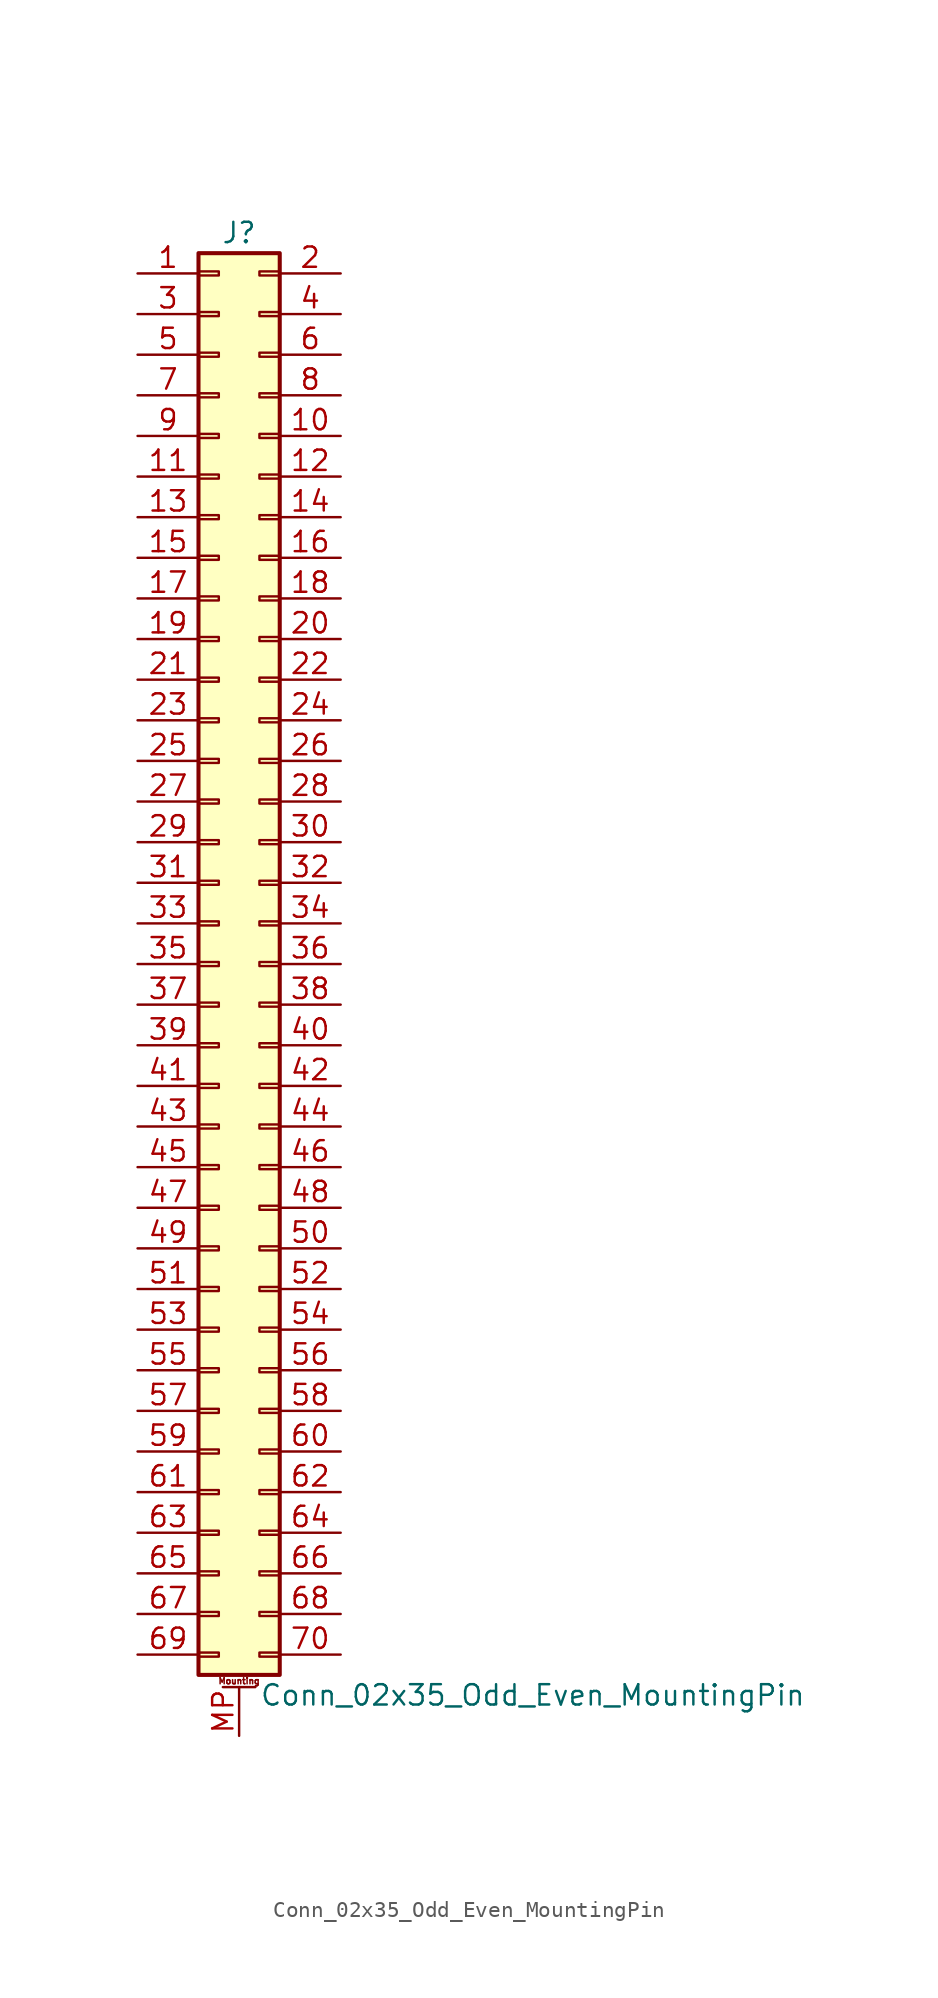
<source format=kicad_sym>
(kicad_symbol_lib
  (version 20201005)
  (generator kicad_symbol_editor)
  (symbol "Connector_Generic_MountingPin:Conn_02x35_Odd_Even_MountingPin"
    (pin_names
      (offset 1.016) hide)
    (property "Reference" "J"
      (at 1.27 45.72 0)
      (effects (font (size 1.27 1.27))))
    (property "Value" "Conn_02x35_Odd_Even_MountingPin"
      (at 2.54 -45.72 0)
      (effects (font (size 1.27 1.27)) (justify left)))
    (symbol "Conn_02x35_Odd_Even_MountingPin_1_1"
      (text "Mounting" (at 1.27 -44.831 0) (effects (font (size 0.381 0.381))))
      (rectangle (start -1.27 -27.813) (end 0 -28.067) (stroke (width 0.152)) (fill (type none)))
      (rectangle (start -1.27 -30.353) (end 0 -30.607) (stroke (width 0.152)) (fill (type none)))
      (rectangle (start -1.27 -32.893) (end 0 -33.147) (stroke (width 0.152)) (fill (type none)))
      (rectangle (start -1.27 -35.433) (end 0 -35.687) (stroke (width 0.152)) (fill (type none)))
      (rectangle (start -1.27 -37.973) (end 0 -38.227) (stroke (width 0.152)) (fill (type none)))
      (rectangle (start -1.27 -40.513) (end 0 -40.767) (stroke (width 0.152)) (fill (type none)))
      (rectangle (start -1.27 -43.053) (end 0 -43.307) (stroke (width 0.152)) (fill (type none)))
      (rectangle (start -1.27 -4.953) (end 0 -5.207) (stroke (width 0.152)) (fill (type none)))
      (rectangle (start -1.27 -7.493) (end 0 -7.747) (stroke (width 0.152)) (fill (type none)))
      (rectangle (start -1.27 -10.033) (end 0 -10.287) (stroke (width 0.152)) (fill (type none)))
      (rectangle (start -1.27 -12.573) (end 0 -12.827) (stroke (width 0.152)) (fill (type none)))
      (rectangle (start -1.27 -15.113) (end 0 -15.367) (stroke (width 0.152)) (fill (type none)))
      (rectangle (start -1.27 -17.653) (end 0 -17.907) (stroke (width 0.152)) (fill (type none)))
      (rectangle (start -1.27 -20.193) (end 0 -20.447) (stroke (width 0.152)) (fill (type none)))
      (rectangle (start -1.27 -22.733) (end 0 -22.987) (stroke (width 0.152)) (fill (type none)))
      (rectangle (start -1.27 -2.413) (end 0 -2.667) (stroke (width 0.152)) (fill (type none)))
      (rectangle (start -1.27 -25.273) (end 0 -25.527) (stroke (width 0.152)) (fill (type none)))
      (rectangle (start -1.27 25.527) (end 0 25.273) (stroke (width 0.152)) (fill (type none)))
      (rectangle (start -1.27 2.667) (end 0 2.413) (stroke (width 0.152)) (fill (type none)))
      (rectangle (start -1.27 28.067) (end 0 27.813) (stroke (width 0.152)) (fill (type none)))
      (rectangle (start -1.27 30.607) (end 0 30.353) (stroke (width 0.152)) (fill (type none)))
      (rectangle (start -1.27 33.147) (end 0 32.893) (stroke (width 0.152)) (fill (type none)))
      (rectangle (start -1.27 35.687) (end 0 35.433) (stroke (width 0.152)) (fill (type none)))
      (rectangle (start -1.27 38.227) (end 0 37.973) (stroke (width 0.152)) (fill (type none)))
      (rectangle (start -1.27 40.767) (end 0 40.513) (stroke (width 0.152)) (fill (type none)))
      (rectangle (start -1.27 43.307) (end 0 43.053) (stroke (width 0.152)) (fill (type none)))
      (rectangle (start -1.27 44.45) (end 3.81 -44.45) (stroke (width 0.254)) (fill (type background)))
      (rectangle (start -1.27 5.207) (end 0 4.953) (stroke (width 0.152)) (fill (type none)))
      (rectangle (start -1.27 7.747) (end 0 7.493) (stroke (width 0.152)) (fill (type none)))
      (rectangle (start -1.27 10.287) (end 0 10.033) (stroke (width 0.152)) (fill (type none)))
      (rectangle (start -1.27 0.127) (end 0 -0.127) (stroke (width 0.152)) (fill (type none)))
      (rectangle (start -1.27 12.827) (end 0 12.573) (stroke (width 0.152)) (fill (type none)))
      (rectangle (start -1.27 15.367) (end 0 15.113) (stroke (width 0.152)) (fill (type none)))
      (rectangle (start -1.27 17.907) (end 0 17.653) (stroke (width 0.152)) (fill (type none)))
      (rectangle (start -1.27 20.447) (end 0 20.193) (stroke (width 0.152)) (fill (type none)))
      (rectangle (start -1.27 22.987) (end 0 22.733) (stroke (width 0.152)) (fill (type none)))
      (rectangle (start 3.81 -27.813) (end 2.54 -28.067) (stroke (width 0.152)) (fill (type none)))
      (rectangle (start 3.81 -30.353) (end 2.54 -30.607) (stroke (width 0.152)) (fill (type none)))
      (rectangle (start 3.81 -32.893) (end 2.54 -33.147) (stroke (width 0.152)) (fill (type none)))
      (rectangle (start 3.81 -35.433) (end 2.54 -35.687) (stroke (width 0.152)) (fill (type none)))
      (rectangle (start 3.81 -37.973) (end 2.54 -38.227) (stroke (width 0.152)) (fill (type none)))
      (rectangle (start 3.81 -40.513) (end 2.54 -40.767) (stroke (width 0.152)) (fill (type none)))
      (rectangle (start 3.81 -43.053) (end 2.54 -43.307) (stroke (width 0.152)) (fill (type none)))
      (rectangle (start 3.81 -4.953) (end 2.54 -5.207) (stroke (width 0.152)) (fill (type none)))
      (rectangle (start 3.81 -7.493) (end 2.54 -7.747) (stroke (width 0.152)) (fill (type none)))
      (rectangle (start 3.81 -10.033) (end 2.54 -10.287) (stroke (width 0.152)) (fill (type none)))
      (rectangle (start 3.81 -12.573) (end 2.54 -12.827) (stroke (width 0.152)) (fill (type none)))
      (rectangle (start 3.81 -15.113) (end 2.54 -15.367) (stroke (width 0.152)) (fill (type none)))
      (rectangle (start 3.81 -17.653) (end 2.54 -17.907) (stroke (width 0.152)) (fill (type none)))
      (rectangle (start 3.81 -20.193) (end 2.54 -20.447) (stroke (width 0.152)) (fill (type none)))
      (rectangle (start 3.81 -22.733) (end 2.54 -22.987) (stroke (width 0.152)) (fill (type none)))
      (rectangle (start 3.81 -2.413) (end 2.54 -2.667) (stroke (width 0.152)) (fill (type none)))
      (rectangle (start 3.81 -25.273) (end 2.54 -25.527) (stroke (width 0.152)) (fill (type none)))
      (rectangle (start 3.81 25.527) (end 2.54 25.273) (stroke (width 0.152)) (fill (type none)))
      (rectangle (start 3.81 2.667) (end 2.54 2.413) (stroke (width 0.152)) (fill (type none)))
      (rectangle (start 3.81 28.067) (end 2.54 27.813) (stroke (width 0.152)) (fill (type none)))
      (rectangle (start 3.81 30.607) (end 2.54 30.353) (stroke (width 0.152)) (fill (type none)))
      (rectangle (start 3.81 33.147) (end 2.54 32.893) (stroke (width 0.152)) (fill (type none)))
      (rectangle (start 3.81 35.687) (end 2.54 35.433) (stroke (width 0.152)) (fill (type none)))
      (rectangle (start 3.81 38.227) (end 2.54 37.973) (stroke (width 0.152)) (fill (type none)))
      (rectangle (start 3.81 40.767) (end 2.54 40.513) (stroke (width 0.152)) (fill (type none)))
      (rectangle (start 3.81 43.307) (end 2.54 43.053) (stroke (width 0.152)) (fill (type none)))
      (rectangle (start 3.81 5.207) (end 2.54 4.953) (stroke (width 0.152)) (fill (type none)))
      (rectangle (start 3.81 7.747) (end 2.54 7.493) (stroke (width 0.152)) (fill (type none)))
      (rectangle (start 3.81 10.287) (end 2.54 10.033) (stroke (width 0.152)) (fill (type none)))
      (rectangle (start 3.81 0.127) (end 2.54 -0.127) (stroke (width 0.152)) (fill (type none)))
      (rectangle (start 3.81 12.827) (end 2.54 12.573) (stroke (width 0.152)) (fill (type none)))
      (rectangle (start 3.81 15.367) (end 2.54 15.113) (stroke (width 0.152)) (fill (type none)))
      (rectangle (start 3.81 17.907) (end 2.54 17.653) (stroke (width 0.152)) (fill (type none)))
      (rectangle (start 3.81 20.447) (end 2.54 20.193) (stroke (width 0.152)) (fill (type none)))
      (rectangle (start 3.81 22.987) (end 2.54 22.733) (stroke (width 0.152)) (fill (type none)))
      (polyline (pts (xy 0.254 -45.212) (xy 2.286 -45.212)) (stroke (width 0.152)) (fill (type none)))
      (pin passive line (at 1.27 -48.26 90) (length 3.048) (name "MountPin" (effects (font (size 1.27 1.27)))) (number "MP" (effects (font (size 1.27 1.27)))))
      (pin passive line (at -5.08 43.18 0) (length 3.81) (name "Pin_1" (effects (font (size 1.27 1.27)))) (number "1" (effects (font (size 1.27 1.27)))))
      (pin passive line (at 7.62 33.02 180) (length 3.81) (name "Pin_10" (effects (font (size 1.27 1.27)))) (number "10" (effects (font (size 1.27 1.27)))))
      (pin passive line (at -5.08 30.48 0) (length 3.81) (name "Pin_11" (effects (font (size 1.27 1.27)))) (number "11" (effects (font (size 1.27 1.27)))))
      (pin passive line (at 7.62 30.48 180) (length 3.81) (name "Pin_12" (effects (font (size 1.27 1.27)))) (number "12" (effects (font (size 1.27 1.27)))))
      (pin passive line (at -5.08 27.94 0) (length 3.81) (name "Pin_13" (effects (font (size 1.27 1.27)))) (number "13" (effects (font (size 1.27 1.27)))))
      (pin passive line (at 7.62 27.94 180) (length 3.81) (name "Pin_14" (effects (font (size 1.27 1.27)))) (number "14" (effects (font (size 1.27 1.27)))))
      (pin passive line (at -5.08 25.4 0) (length 3.81) (name "Pin_15" (effects (font (size 1.27 1.27)))) (number "15" (effects (font (size 1.27 1.27)))))
      (pin passive line (at 7.62 25.4 180) (length 3.81) (name "Pin_16" (effects (font (size 1.27 1.27)))) (number "16" (effects (font (size 1.27 1.27)))))
      (pin passive line (at -5.08 22.86 0) (length 3.81) (name "Pin_17" (effects (font (size 1.27 1.27)))) (number "17" (effects (font (size 1.27 1.27)))))
      (pin passive line (at 7.62 22.86 180) (length 3.81) (name "Pin_18" (effects (font (size 1.27 1.27)))) (number "18" (effects (font (size 1.27 1.27)))))
      (pin passive line (at -5.08 20.32 0) (length 3.81) (name "Pin_19" (effects (font (size 1.27 1.27)))) (number "19" (effects (font (size 1.27 1.27)))))
      (pin passive line (at 7.62 43.18 180) (length 3.81) (name "Pin_2" (effects (font (size 1.27 1.27)))) (number "2" (effects (font (size 1.27 1.27)))))
      (pin passive line (at 7.62 20.32 180) (length 3.81) (name "Pin_20" (effects (font (size 1.27 1.27)))) (number "20" (effects (font (size 1.27 1.27)))))
      (pin passive line (at -5.08 17.78 0) (length 3.81) (name "Pin_21" (effects (font (size 1.27 1.27)))) (number "21" (effects (font (size 1.27 1.27)))))
      (pin passive line (at 7.62 17.78 180) (length 3.81) (name "Pin_22" (effects (font (size 1.27 1.27)))) (number "22" (effects (font (size 1.27 1.27)))))
      (pin passive line (at -5.08 15.24 0) (length 3.81) (name "Pin_23" (effects (font (size 1.27 1.27)))) (number "23" (effects (font (size 1.27 1.27)))))
      (pin passive line (at 7.62 15.24 180) (length 3.81) (name "Pin_24" (effects (font (size 1.27 1.27)))) (number "24" (effects (font (size 1.27 1.27)))))
      (pin passive line (at -5.08 12.7 0) (length 3.81) (name "Pin_25" (effects (font (size 1.27 1.27)))) (number "25" (effects (font (size 1.27 1.27)))))
      (pin passive line (at 7.62 12.7 180) (length 3.81) (name "Pin_26" (effects (font (size 1.27 1.27)))) (number "26" (effects (font (size 1.27 1.27)))))
      (pin passive line (at -5.08 10.16 0) (length 3.81) (name "Pin_27" (effects (font (size 1.27 1.27)))) (number "27" (effects (font (size 1.27 1.27)))))
      (pin passive line (at 7.62 10.16 180) (length 3.81) (name "Pin_28" (effects (font (size 1.27 1.27)))) (number "28" (effects (font (size 1.27 1.27)))))
      (pin passive line (at -5.08 7.62 0) (length 3.81) (name "Pin_29" (effects (font (size 1.27 1.27)))) (number "29" (effects (font (size 1.27 1.27)))))
      (pin passive line (at -5.08 40.64 0) (length 3.81) (name "Pin_3" (effects (font (size 1.27 1.27)))) (number "3" (effects (font (size 1.27 1.27)))))
      (pin passive line (at 7.62 7.62 180) (length 3.81) (name "Pin_30" (effects (font (size 1.27 1.27)))) (number "30" (effects (font (size 1.27 1.27)))))
      (pin passive line (at -5.08 5.08 0) (length 3.81) (name "Pin_31" (effects (font (size 1.27 1.27)))) (number "31" (effects (font (size 1.27 1.27)))))
      (pin passive line (at 7.62 5.08 180) (length 3.81) (name "Pin_32" (effects (font (size 1.27 1.27)))) (number "32" (effects (font (size 1.27 1.27)))))
      (pin passive line (at -5.08 2.54 0) (length 3.81) (name "Pin_33" (effects (font (size 1.27 1.27)))) (number "33" (effects (font (size 1.27 1.27)))))
      (pin passive line (at 7.62 2.54 180) (length 3.81) (name "Pin_34" (effects (font (size 1.27 1.27)))) (number "34" (effects (font (size 1.27 1.27)))))
      (pin passive line (at -5.08 0 0) (length 3.81) (name "Pin_35" (effects (font (size 1.27 1.27)))) (number "35" (effects (font (size 1.27 1.27)))))
      (pin passive line (at 7.62 0 180) (length 3.81) (name "Pin_36" (effects (font (size 1.27 1.27)))) (number "36" (effects (font (size 1.27 1.27)))))
      (pin passive line (at -5.08 -2.54 0) (length 3.81) (name "Pin_37" (effects (font (size 1.27 1.27)))) (number "37" (effects (font (size 1.27 1.27)))))
      (pin passive line (at 7.62 -2.54 180) (length 3.81) (name "Pin_38" (effects (font (size 1.27 1.27)))) (number "38" (effects (font (size 1.27 1.27)))))
      (pin passive line (at -5.08 -5.08 0) (length 3.81) (name "Pin_39" (effects (font (size 1.27 1.27)))) (number "39" (effects (font (size 1.27 1.27)))))
      (pin passive line (at 7.62 40.64 180) (length 3.81) (name "Pin_4" (effects (font (size 1.27 1.27)))) (number "4" (effects (font (size 1.27 1.27)))))
      (pin passive line (at 7.62 -5.08 180) (length 3.81) (name "Pin_40" (effects (font (size 1.27 1.27)))) (number "40" (effects (font (size 1.27 1.27)))))
      (pin passive line (at -5.08 -7.62 0) (length 3.81) (name "Pin_41" (effects (font (size 1.27 1.27)))) (number "41" (effects (font (size 1.27 1.27)))))
      (pin passive line (at 7.62 -7.62 180) (length 3.81) (name "Pin_42" (effects (font (size 1.27 1.27)))) (number "42" (effects (font (size 1.27 1.27)))))
      (pin passive line (at -5.08 -10.16 0) (length 3.81) (name "Pin_43" (effects (font (size 1.27 1.27)))) (number "43" (effects (font (size 1.27 1.27)))))
      (pin passive line (at 7.62 -10.16 180) (length 3.81) (name "Pin_44" (effects (font (size 1.27 1.27)))) (number "44" (effects (font (size 1.27 1.27)))))
      (pin passive line (at -5.08 -12.7 0) (length 3.81) (name "Pin_45" (effects (font (size 1.27 1.27)))) (number "45" (effects (font (size 1.27 1.27)))))
      (pin passive line (at 7.62 -12.7 180) (length 3.81) (name "Pin_46" (effects (font (size 1.27 1.27)))) (number "46" (effects (font (size 1.27 1.27)))))
      (pin passive line (at -5.08 -15.24 0) (length 3.81) (name "Pin_47" (effects (font (size 1.27 1.27)))) (number "47" (effects (font (size 1.27 1.27)))))
      (pin passive line (at 7.62 -15.24 180) (length 3.81) (name "Pin_48" (effects (font (size 1.27 1.27)))) (number "48" (effects (font (size 1.27 1.27)))))
      (pin passive line (at -5.08 -17.78 0) (length 3.81) (name "Pin_49" (effects (font (size 1.27 1.27)))) (number "49" (effects (font (size 1.27 1.27)))))
      (pin passive line (at -5.08 38.1 0) (length 3.81) (name "Pin_5" (effects (font (size 1.27 1.27)))) (number "5" (effects (font (size 1.27 1.27)))))
      (pin passive line (at 7.62 -17.78 180) (length 3.81) (name "Pin_50" (effects (font (size 1.27 1.27)))) (number "50" (effects (font (size 1.27 1.27)))))
      (pin passive line (at -5.08 -20.32 0) (length 3.81) (name "Pin_51" (effects (font (size 1.27 1.27)))) (number "51" (effects (font (size 1.27 1.27)))))
      (pin passive line (at 7.62 -20.32 180) (length 3.81) (name "Pin_52" (effects (font (size 1.27 1.27)))) (number "52" (effects (font (size 1.27 1.27)))))
      (pin passive line (at -5.08 -22.86 0) (length 3.81) (name "Pin_53" (effects (font (size 1.27 1.27)))) (number "53" (effects (font (size 1.27 1.27)))))
      (pin passive line (at 7.62 -22.86 180) (length 3.81) (name "Pin_54" (effects (font (size 1.27 1.27)))) (number "54" (effects (font (size 1.27 1.27)))))
      (pin passive line (at -5.08 -25.4 0) (length 3.81) (name "Pin_55" (effects (font (size 1.27 1.27)))) (number "55" (effects (font (size 1.27 1.27)))))
      (pin passive line (at 7.62 -25.4 180) (length 3.81) (name "Pin_56" (effects (font (size 1.27 1.27)))) (number "56" (effects (font (size 1.27 1.27)))))
      (pin passive line (at -5.08 -27.94 0) (length 3.81) (name "Pin_57" (effects (font (size 1.27 1.27)))) (number "57" (effects (font (size 1.27 1.27)))))
      (pin passive line (at 7.62 -27.94 180) (length 3.81) (name "Pin_58" (effects (font (size 1.27 1.27)))) (number "58" (effects (font (size 1.27 1.27)))))
      (pin passive line (at -5.08 -30.48 0) (length 3.81) (name "Pin_59" (effects (font (size 1.27 1.27)))) (number "59" (effects (font (size 1.27 1.27)))))
      (pin passive line (at 7.62 38.1 180) (length 3.81) (name "Pin_6" (effects (font (size 1.27 1.27)))) (number "6" (effects (font (size 1.27 1.27)))))
      (pin passive line (at 7.62 -30.48 180) (length 3.81) (name "Pin_60" (effects (font (size 1.27 1.27)))) (number "60" (effects (font (size 1.27 1.27)))))
      (pin passive line (at -5.08 -33.02 0) (length 3.81) (name "Pin_61" (effects (font (size 1.27 1.27)))) (number "61" (effects (font (size 1.27 1.27)))))
      (pin passive line (at 7.62 -33.02 180) (length 3.81) (name "Pin_62" (effects (font (size 1.27 1.27)))) (number "62" (effects (font (size 1.27 1.27)))))
      (pin passive line (at -5.08 -35.56 0) (length 3.81) (name "Pin_63" (effects (font (size 1.27 1.27)))) (number "63" (effects (font (size 1.27 1.27)))))
      (pin passive line (at 7.62 -35.56 180) (length 3.81) (name "Pin_64" (effects (font (size 1.27 1.27)))) (number "64" (effects (font (size 1.27 1.27)))))
      (pin passive line (at -5.08 -38.1 0) (length 3.81) (name "Pin_65" (effects (font (size 1.27 1.27)))) (number "65" (effects (font (size 1.27 1.27)))))
      (pin passive line (at 7.62 -38.1 180) (length 3.81) (name "Pin_66" (effects (font (size 1.27 1.27)))) (number "66" (effects (font (size 1.27 1.27)))))
      (pin passive line (at -5.08 -40.64 0) (length 3.81) (name "Pin_67" (effects (font (size 1.27 1.27)))) (number "67" (effects (font (size 1.27 1.27)))))
      (pin passive line (at 7.62 -40.64 180) (length 3.81) (name "Pin_68" (effects (font (size 1.27 1.27)))) (number "68" (effects (font (size 1.27 1.27)))))
      (pin passive line (at -5.08 -43.18 0) (length 3.81) (name "Pin_69" (effects (font (size 1.27 1.27)))) (number "69" (effects (font (size 1.27 1.27)))))
      (pin passive line (at -5.08 35.56 0) (length 3.81) (name "Pin_7" (effects (font (size 1.27 1.27)))) (number "7" (effects (font (size 1.27 1.27)))))
      (pin passive line (at 7.62 -43.18 180) (length 3.81) (name "Pin_70" (effects (font (size 1.27 1.27)))) (number "70" (effects (font (size 1.27 1.27)))))
      (pin passive line (at 7.62 35.56 180) (length 3.81) (name "Pin_8" (effects (font (size 1.27 1.27)))) (number "8" (effects (font (size 1.27 1.27)))))
      (pin passive line (at -5.08 33.02 0) (length 3.81) (name "Pin_9" (effects (font (size 1.27 1.27)))) (number "9" (effects (font (size 1.27 1.27))))))))
</source>
